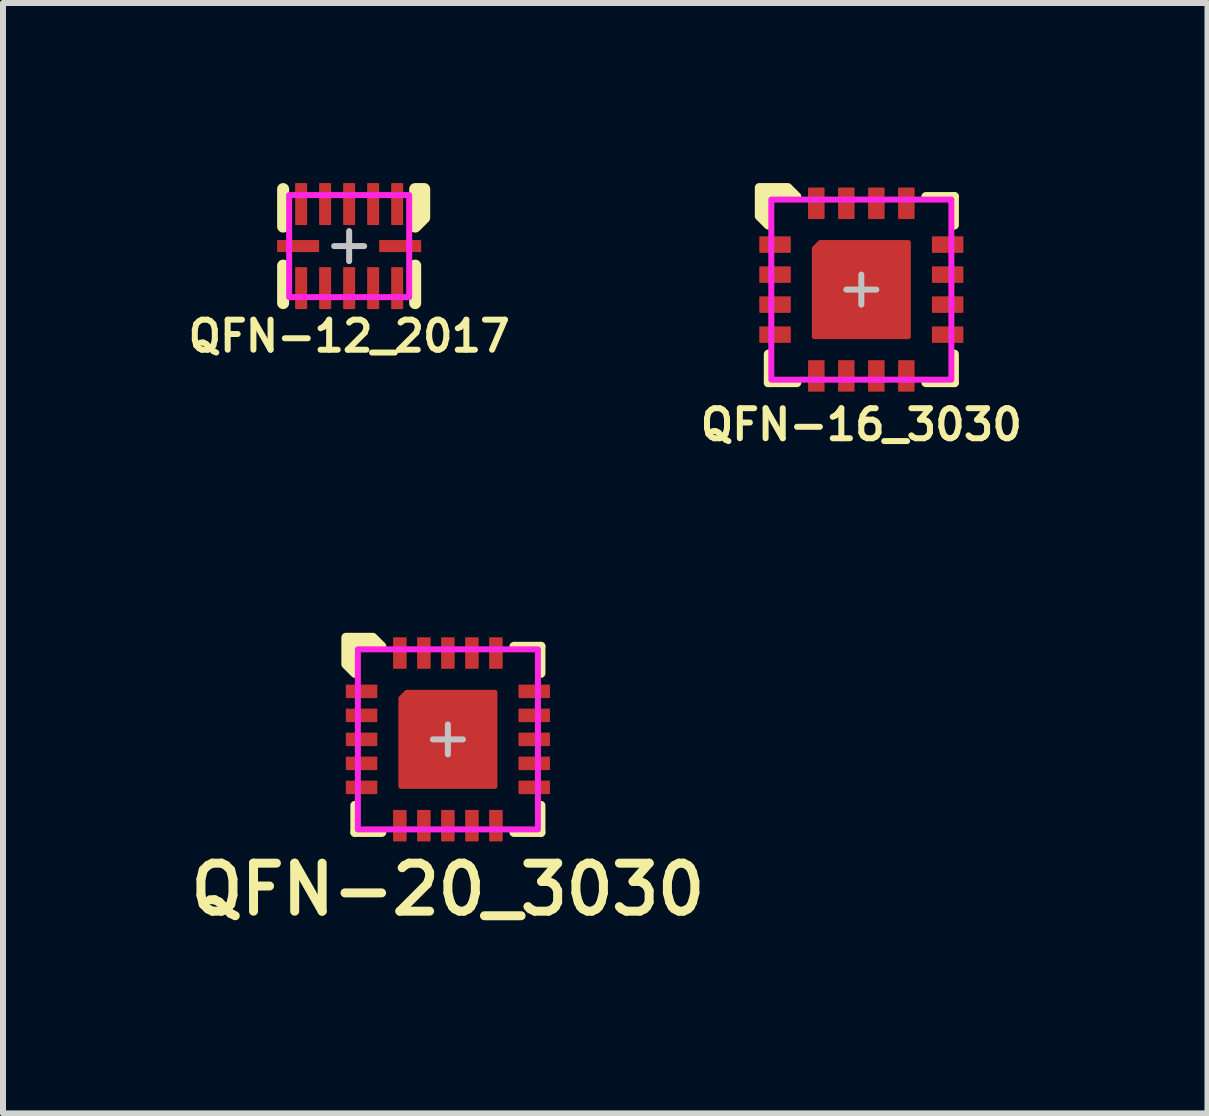
<source format=kicad_pcb>
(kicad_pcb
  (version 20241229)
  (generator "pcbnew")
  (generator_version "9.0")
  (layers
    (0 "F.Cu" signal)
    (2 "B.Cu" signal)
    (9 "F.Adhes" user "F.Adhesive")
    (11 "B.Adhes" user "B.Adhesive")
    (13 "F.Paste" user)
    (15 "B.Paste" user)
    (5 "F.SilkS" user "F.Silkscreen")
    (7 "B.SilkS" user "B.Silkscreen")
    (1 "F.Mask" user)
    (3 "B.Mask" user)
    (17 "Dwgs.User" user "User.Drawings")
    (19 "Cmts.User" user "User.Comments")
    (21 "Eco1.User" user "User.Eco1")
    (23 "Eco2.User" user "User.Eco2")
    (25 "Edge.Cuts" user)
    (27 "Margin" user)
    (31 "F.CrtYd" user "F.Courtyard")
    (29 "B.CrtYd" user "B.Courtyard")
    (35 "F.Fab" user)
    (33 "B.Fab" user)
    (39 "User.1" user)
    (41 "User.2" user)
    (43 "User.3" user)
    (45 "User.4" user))
  (footprint "QFN-16_3030"
    (layer "F.Cu")
    (at 11.3 1.775)
    (property "Reference" "QFN-16_3030" (at 0 2.25 0) (unlocked yes) (layer "F.SilkS") (effects (font (size 0.5 0.5) (thickness 0.1) (bold yes))))
    (attr smd)
    (fp_line (start -1.55 1.075) (end -1.55 1.55) (stroke (width 0.15) (type solid)) (layer "F.SilkS"))
    (fp_line (start -1.55 1.55) (end -1.075 1.55) (stroke (width 0.15) (type solid)) (layer "F.SilkS"))
    (fp_line (start 1.075 1.55) (end 1.55 1.55) (stroke (width 0.15) (type solid)) (layer "F.SilkS"))
    (fp_line (start 1.55 -1.55) (end 1.075 -1.55) (stroke (width 0.15) (type solid)) (layer "F.SilkS"))
    (fp_line (start 1.55 -1.075) (end 1.55 -1.55) (stroke (width 0.15) (type solid)) (layer "F.SilkS"))
    (fp_line (start 1.55 1.55) (end 1.55 1.075) (stroke (width 0.15) (type solid)) (layer "F.SilkS"))
    (fp_poly (pts (xy -1.075 -1.55) (xy -1.55 -1.55) (xy -1.55 -1.075) (xy -1.7 -1.225) (xy -1.7 -1.7) (xy -1.225 -1.7)) (stroke (width 0.15) (type solid)) (fill yes) (layer "F.SilkS"))
    (fp_rect (start -0.7 0.1) (end -0.1 0.7) (stroke (width 0) (type solid)) (fill yes) (layer "F.Paste"))
    (fp_rect (start 0.1 -0.7) (end 0.7 -0.1) (stroke (width 0) (type solid)) (fill yes) (layer "F.Paste"))
    (fp_rect (start 0.1 0.1) (end 0.7 0.7) (stroke (width 0) (type solid)) (fill yes) (layer "F.Paste"))
    (fp_poly (pts (xy -0.1 -0.1) (xy -0.7 -0.1) (xy -0.7 -0.65) (xy -0.65 -0.7) (xy -0.1 -0.7)) (stroke (width 0) (type solid)) (fill yes) (layer "F.Paste"))
    (fp_line (start 0 -0.25) (end 0 0.25) (stroke (width 0.1) (type solid)) (layer "Dwgs.User"))
    (fp_line (start 0.25 0) (end -0.25 0) (stroke (width 0.1) (type solid)) (layer "Dwgs.User"))
    (fp_rect (start 1.5 -1.5) (end -1.5 1.5) (stroke (width 0.1) (type solid)) (fill no) (layer "F.CrtYd"))
    (pad "1" smd roundrect (at -1.438 -0.75) (size 0.525 0.275) (layers "F.Cu" "F.Mask" "F.Paste") (roundrect_rratio 0.05))
    (pad "2" smd roundrect (at -1.438 -0.25) (size 0.525 0.275) (layers "F.Cu" "F.Mask" "F.Paste") (roundrect_rratio 0.05))
    (pad "3" smd roundrect (at -1.438 0.25) (size 0.525 0.275) (layers "F.Cu" "F.Mask" "F.Paste") (roundrect_rratio 0.05))
    (pad "4" smd roundrect (at -1.438 0.75) (size 0.525 0.275) (layers "F.Cu" "F.Mask" "F.Paste") (roundrect_rratio 0.05))
    (pad "5" smd roundrect (at -0.75 1.438 90) (size 0.525 0.275) (layers "F.Cu" "F.Mask" "F.Paste") (roundrect_rratio 0.05))
    (pad "6" smd roundrect (at -0.25 1.438 90) (size 0.525 0.275) (layers "F.Cu" "F.Mask" "F.Paste") (roundrect_rratio 0.05))
    (pad "7" smd roundrect (at 0.25 1.438 90) (size 0.525 0.275) (layers "F.Cu" "F.Mask" "F.Paste") (roundrect_rratio 0.05))
    (pad "8" smd roundrect (at 0.75 1.438 90) (size 0.525 0.275) (layers "F.Cu" "F.Mask" "F.Paste") (roundrect_rratio 0.05))
    (pad "9" smd roundrect (at 1.438 0.75) (size 0.525 0.275) (layers "F.Cu" "F.Mask" "F.Paste") (roundrect_rratio 0.05))
    (pad "10" smd roundrect (at 1.438 0.25) (size 0.525 0.275) (layers "F.Cu" "F.Mask" "F.Paste") (roundrect_rratio 0.05))
    (pad "11" smd roundrect (at 1.438 -0.25) (size 0.525 0.275) (layers "F.Cu" "F.Mask" "F.Paste") (roundrect_rratio 0.05))
    (pad "12" smd roundrect (at 1.438 -0.75) (size 0.525 0.275) (layers "F.Cu" "F.Mask" "F.Paste") (roundrect_rratio 0.05))
    (pad "13" smd roundrect (at 0.75 -1.438 90) (size 0.525 0.275) (layers "F.Cu" "F.Mask" "F.Paste") (roundrect_rratio 0.05))
    (pad "14" smd roundrect (at 0.25 -1.438 90) (size 0.525 0.275) (layers "F.Cu" "F.Mask" "F.Paste") (roundrect_rratio 0.05))
    (pad "15" smd roundrect (at -0.25 -1.438 90) (size 0.525 0.275) (layers "F.Cu" "F.Mask" "F.Paste") (roundrect_rratio 0.05))
    (pad "16" smd roundrect (at -0.75 -1.438 90) (size 0.525 0.275) (layers "F.Cu" "F.Mask" "F.Paste") (roundrect_rratio 0.05))
    (pad "EP" smd roundrect (at 0 0) (size 1.65 1.65) (layers "F.Cu" "F.Mask") (roundrect_rratio 0.025) (chamfer_ratio 0.075) (chamfer top_left)))
  (footprint "QFN-12_2017"
    (layer "F.Cu")
    (at 2.767 1.05)
    (property "Reference" "QFN-12_2017" (at 0 1.5 0) (unlocked yes) (layer "F.SilkS") (effects (font (size 0.5 0.5) (thickness 0.1))))
    (attr smd)
    (fp_line (start -1.1 -0.325) (end -1.1 -0.95) (stroke (width 0.2) (type solid)) (layer "F.SilkS"))
    (fp_line (start -1.1 0.95) (end -1.1 0.325) (stroke (width 0.2) (type solid)) (layer "F.SilkS"))
    (fp_line (start 1.1 0.95) (end 1.1 0.325) (stroke (width 0.2) (type solid)) (layer "F.SilkS"))
    (fp_poly (pts (xy 1.25 -0.475) (xy 1.1 -0.325) (xy 1.1 -0.95) (xy 1.25 -0.95)) (stroke (width 0.2) (type solid)) (fill yes) (layer "F.SilkS"))
    (fp_line (start -0.25 0) (end 0.25 0) (stroke (width 0.1) (type solid)) (layer "Dwgs.User"))
    (fp_line (start 0 -0.25) (end 0 0.25) (stroke (width 0.1) (type solid)) (layer "Dwgs.User"))
    (fp_rect (start -1 -0.85) (end 1 0.85) (stroke (width 0.1) (type solid)) (fill no) (layer "F.CrtYd"))
    (pad "1" smd roundrect (at 0.8 -0.7 90) (size 0.7 0.2) (layers "F.Cu" "F.Mask" "F.Paste") (roundrect_rratio 0.05))
    (pad "2" smd roundrect (at 0.4 -0.7 90) (size 0.7 0.2) (layers "F.Cu" "F.Mask" "F.Paste") (roundrect_rratio 0.05))
    (pad "3" smd roundrect (at 0 -0.7 90) (size 0.7 0.2) (layers "F.Cu" "F.Mask" "F.Paste") (roundrect_rratio 0.05))
    (pad "4" smd roundrect (at -0.4 -0.7 90) (size 0.7 0.2) (layers "F.Cu" "F.Mask" "F.Paste") (roundrect_rratio 0.05))
    (pad "5" smd roundrect (at -0.8 -0.7 90) (size 0.7 0.2) (layers "F.Cu" "F.Mask" "F.Paste") (roundrect_rratio 0.05))
    (pad "6" smd roundrect (at -0.85 0) (size 0.7 0.2) (layers "F.Cu" "F.Mask" "F.Paste") (roundrect_rratio 0.05))
    (pad "7" smd roundrect (at -0.8 0.7 90) (size 0.7 0.2) (layers "F.Cu" "F.Mask" "F.Paste") (roundrect_rratio 0.05))
    (pad "8" smd roundrect (at -0.4 0.7 90) (size 0.7 0.2) (layers "F.Cu" "F.Mask" "F.Paste") (roundrect_rratio 0.05))
    (pad "9" smd roundrect (at 0 0.7 90) (size 0.7 0.2) (layers "F.Cu" "F.Mask" "F.Paste") (roundrect_rratio 0.05))
    (pad "10" smd roundrect (at 0.4 0.7 90) (size 0.7 0.2) (layers "F.Cu" "F.Mask" "F.Paste") (roundrect_rratio 0.05))
    (pad "11" smd roundrect (at 0.8 0.7 90) (size 0.7 0.2) (layers "F.Cu" "F.Mask" "F.Paste") (roundrect_rratio 0.05))
    (pad "12" smd roundrect (at 0.85 0) (size 0.7 0.2) (layers "F.Cu" "F.Mask" "F.Paste") (roundrect_rratio 0.05)))
  (footprint "QFN-20_3030"
    (layer "F.Cu")
    (at 4.412 9.268)
    (property "Reference" "QFN-20_3030" (at 0 2.5 0) (unlocked yes) (layer "F.SilkS") (effects (font (size 0.8 0.8) (thickness 0.15))))
    (attr smd)
    (fp_line (start -1.55 1.1) (end -1.55 1.55) (stroke (width 0.15) (type solid)) (layer "F.SilkS"))
    (fp_line (start -1.55 1.55) (end -1.1 1.55) (stroke (width 0.15) (type solid)) (layer "F.SilkS"))
    (fp_line (start 1.1 1.55) (end 1.55 1.55) (stroke (width 0.15) (type solid)) (layer "F.SilkS"))
    (fp_line (start 1.55 -1.55) (end 1.1 -1.55) (stroke (width 0.15) (type solid)) (layer "F.SilkS"))
    (fp_line (start 1.55 -1.1) (end 1.55 -1.55) (stroke (width 0.15) (type solid)) (layer "F.SilkS"))
    (fp_line (start 1.55 1.55) (end 1.55 1.1) (stroke (width 0.15) (type solid)) (layer "F.SilkS"))
    (fp_poly (pts (xy -1.1 -1.55) (xy -1.55 -1.55) (xy -1.55 -1.1) (xy -1.7 -1.25) (xy -1.7 -1.7) (xy -1.25 -1.7)) (stroke (width 0.15) (type solid)) (fill yes) (layer "F.SilkS"))
    (fp_rect (start -0.7 0.1) (end -0.1 0.7) (stroke (width 0) (type solid)) (fill yes) (layer "F.Paste"))
    (fp_rect (start 0.1 -0.7) (end 0.7 -0.1) (stroke (width 0) (type solid)) (fill yes) (layer "F.Paste"))
    (fp_rect (start 0.1 0.1) (end 0.7 0.7) (stroke (width 0) (type solid)) (fill yes) (layer "F.Paste"))
    (fp_poly (pts (xy -0.1 -0.1) (xy -0.7 -0.1) (xy -0.7 -0.65) (xy -0.65 -0.7) (xy -0.1 -0.7)) (stroke (width 0) (type solid)) (fill yes) (layer "F.Paste"))
    (fp_line (start 0 -0.25) (end 0 0.25) (stroke (width 0.1) (type solid)) (layer "Dwgs.User"))
    (fp_line (start 0.25 0) (end -0.25 0) (stroke (width 0.1) (type solid)) (layer "Dwgs.User"))
    (fp_rect (start 1.5 -1.5) (end -1.5 1.5) (stroke (width 0.1) (type solid)) (fill no) (layer "F.CrtYd"))
    (pad "1" smd roundrect (at -1.438 -0.8) (size 0.525 0.225) (layers "F.Cu" "F.Mask" "F.Paste") (roundrect_rratio 0.05))
    (pad "2" smd roundrect (at -1.438 -0.4) (size 0.525 0.225) (layers "F.Cu" "F.Mask" "F.Paste") (roundrect_rratio 0.05))
    (pad "3" smd roundrect (at -1.438 0) (size 0.525 0.225) (layers "F.Cu" "F.Mask" "F.Paste") (roundrect_rratio 0.05))
    (pad "4" smd roundrect (at -1.438 0.4) (size 0.525 0.225) (layers "F.Cu" "F.Mask" "F.Paste") (roundrect_rratio 0.05))
    (pad "5" smd roundrect (at -1.438 0.8) (size 0.525 0.225) (layers "F.Cu" "F.Mask" "F.Paste") (roundrect_rratio 0.05))
    (pad "6" smd roundrect (at -0.8 1.438 90) (size 0.525 0.225) (layers "F.Cu" "F.Mask" "F.Paste") (roundrect_rratio 0.05))
    (pad "7" smd roundrect (at -0.4 1.438 90) (size 0.525 0.225) (layers "F.Cu" "F.Mask" "F.Paste") (roundrect_rratio 0.05))
    (pad "8" smd roundrect (at 0 1.438 90) (size 0.525 0.225) (layers "F.Cu" "F.Mask" "F.Paste") (roundrect_rratio 0.05))
    (pad "9" smd roundrect (at 0.4 1.438 90) (size 0.525 0.225) (layers "F.Cu" "F.Mask" "F.Paste") (roundrect_rratio 0.05))
    (pad "10" smd roundrect (at 0.8 1.438 90) (size 0.525 0.225) (layers "F.Cu" "F.Mask" "F.Paste") (roundrect_rratio 0.05))
    (pad "11" smd roundrect (at 1.438 0.8) (size 0.525 0.225) (layers "F.Cu" "F.Mask" "F.Paste") (roundrect_rratio 0.05))
    (pad "12" smd roundrect (at 1.438 0.4) (size 0.525 0.225) (layers "F.Cu" "F.Mask" "F.Paste") (roundrect_rratio 0.05))
    (pad "13" smd roundrect (at 1.438 0) (size 0.525 0.225) (layers "F.Cu" "F.Mask" "F.Paste") (roundrect_rratio 0.05))
    (pad "14" smd roundrect (at 1.438 -0.4) (size 0.525 0.225) (layers "F.Cu" "F.Mask" "F.Paste") (roundrect_rratio 0.05))
    (pad "15" smd roundrect (at 1.438 -0.8) (size 0.525 0.225) (layers "F.Cu" "F.Mask" "F.Paste") (roundrect_rratio 0.05))
    (pad "16" smd roundrect (at 0.8 -1.438 90) (size 0.525 0.225) (layers "F.Cu" "F.Mask" "F.Paste") (roundrect_rratio 0.05))
    (pad "17" smd roundrect (at 0.4 -1.438 90) (size 0.525 0.225) (layers "F.Cu" "F.Mask" "F.Paste") (roundrect_rratio 0.05))
    (pad "18" smd roundrect (at 0 -1.438 90) (size 0.525 0.225) (layers "F.Cu" "F.Mask" "F.Paste") (roundrect_rratio 0.05))
    (pad "19" smd roundrect (at -0.4 -1.438 90) (size 0.525 0.225) (layers "F.Cu" "F.Mask" "F.Paste") (roundrect_rratio 0.05))
    (pad "20" smd roundrect (at -0.8 -1.438 90) (size 0.525 0.225) (layers "F.Cu" "F.Mask" "F.Paste") (roundrect_rratio 0.05))
    (pad "EP" smd roundrect (at 0 0) (size 1.65 1.65) (layers "F.Cu" "F.Mask") (roundrect_rratio 0.025) (chamfer_ratio 0.075) (chamfer top_left)))
  (gr_rect
    (start -3 -3)
    (end 17.067 15.499)
    (stroke (width 0.1) (type default))
    (fill no)
    (layer "Edge.Cuts")))
</source>
